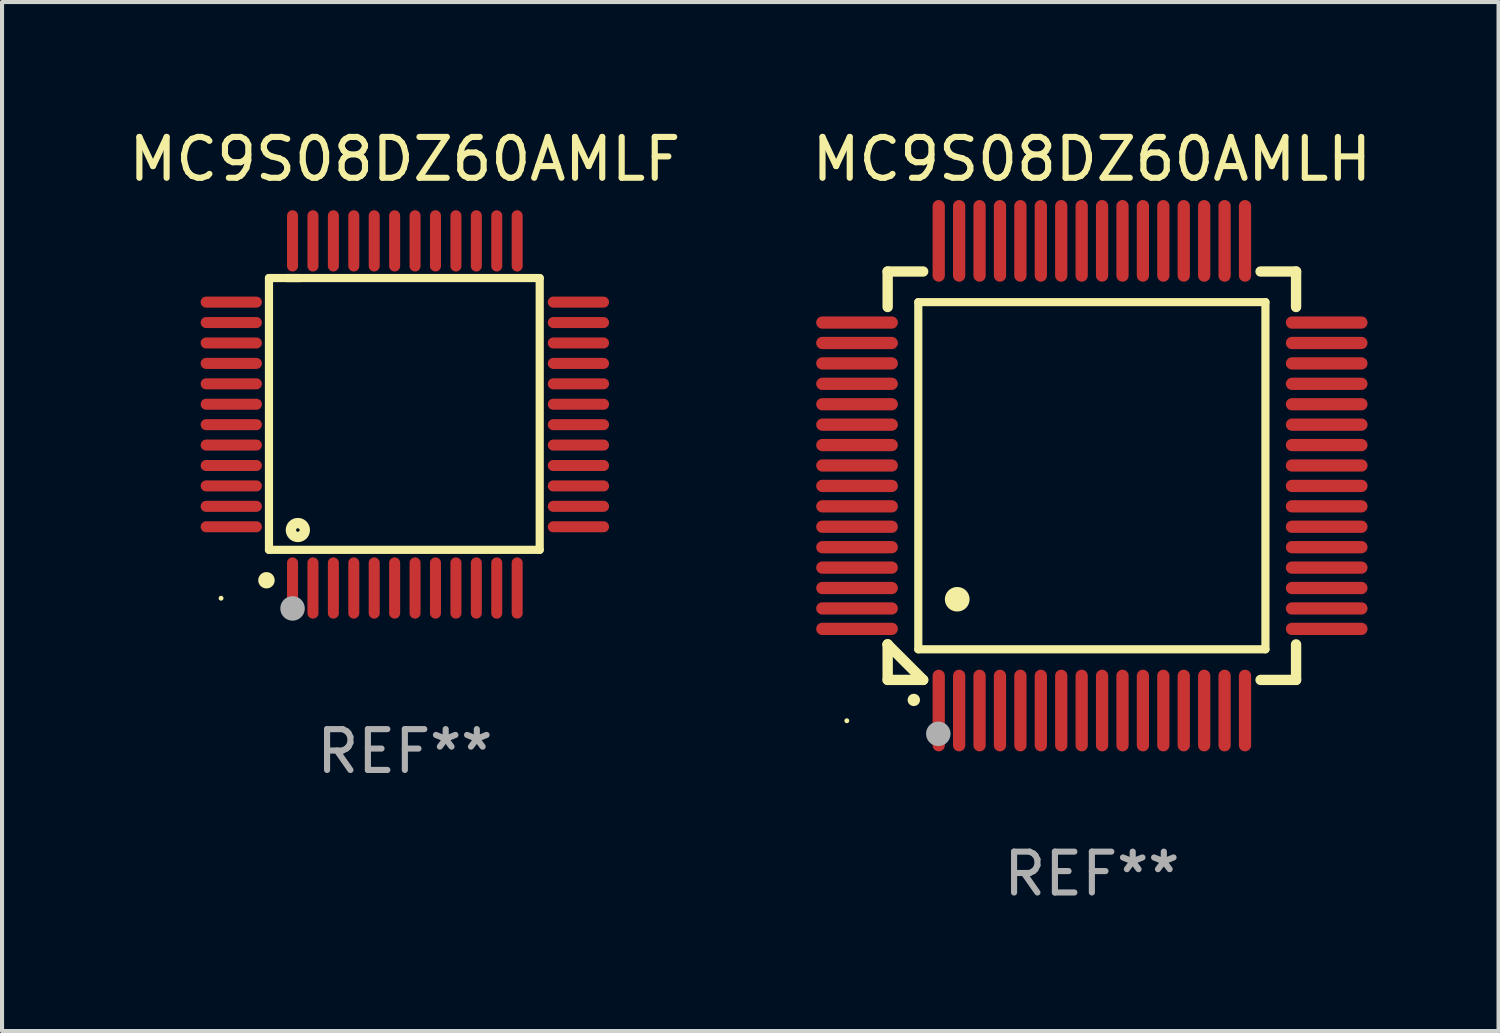
<source format=kicad_pcb>
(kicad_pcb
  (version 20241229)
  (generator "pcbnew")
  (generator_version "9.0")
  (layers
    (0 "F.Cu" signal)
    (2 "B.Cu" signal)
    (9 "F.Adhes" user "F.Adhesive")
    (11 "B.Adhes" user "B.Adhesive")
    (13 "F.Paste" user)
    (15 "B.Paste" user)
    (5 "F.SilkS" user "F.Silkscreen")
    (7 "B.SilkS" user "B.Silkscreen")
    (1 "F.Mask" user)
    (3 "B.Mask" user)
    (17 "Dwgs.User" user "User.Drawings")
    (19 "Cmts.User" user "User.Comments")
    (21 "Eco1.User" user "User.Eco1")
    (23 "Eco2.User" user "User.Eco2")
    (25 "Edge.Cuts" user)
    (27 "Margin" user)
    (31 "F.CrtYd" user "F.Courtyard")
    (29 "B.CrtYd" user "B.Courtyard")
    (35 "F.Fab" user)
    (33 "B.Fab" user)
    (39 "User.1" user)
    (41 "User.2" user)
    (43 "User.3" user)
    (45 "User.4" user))
  (footprint "MC9S08DZ60AMLF"
    (layer "F.Cu")
    (at 6.863 7.098)
    (property "Reference" "MC9S08DZ60AMLF" (at 0 -6.25 0) (layer "F.SilkS") (effects (font (size 1 1) (thickness 0.15))))
    (attr through_hole)
    (fp_line (start -3.327 -3.34) (end -2.565 -3.34) (stroke (width 0.2) (type solid)) (layer "F.SilkS"))
    (fp_line (start -3.327 3.315) (end -3.327 -3.34) (stroke (width 0.2) (type solid)) (layer "F.SilkS"))
    (fp_line (start -2.896 -3.34) (end 3.302 -3.34) (stroke (width 0.2) (type solid)) (layer "F.SilkS"))
    (fp_line (start 3.302 -3.34) (end 3.302 3.315) (stroke (width 0.2) (type solid)) (layer "F.SilkS"))
    (fp_line (start 3.302 3.315) (end -3.327 3.315) (stroke (width 0.2) (type solid)) (layer "F.SilkS"))
    (fp_arc (start -3.389992 4.059995) (mid -3.388722 4.059991) (end -3.387452 4.059995) (stroke (width 0.4) (type solid)) (layer "F.SilkS"))
    (fp_circle (center -4.5 4.5) (end -4.47 4.5) (stroke (width 0.06) (type solid)) (fill no) (layer "F.SilkS"))
    (fp_circle (center -2.62 2.83) (end -2.45 2.83) (stroke (width 0.254) (type solid)) (fill no) (layer "F.SilkS"))
    (fp_circle (center -2.75 4.75) (end -2.6 4.75) (stroke (width 0.3) (type solid)) (fill no) (layer "F.Fab"))
    (fp_text user "REF**" (at 0 8.25 0) (layer "F.Fab") (effects (font (size 1 1) (thickness 0.15))))
    (pad "1" smd oval (at -2.75 4.25) (size 0.27 1.5) (layers "F.Cu" "F.Mask" "F.Paste"))
    (pad "2" smd oval (at -2.25 4.25) (size 0.27 1.5) (layers "F.Cu" "F.Mask" "F.Paste"))
    (pad "3" smd oval (at -1.75 4.25) (size 0.27 1.5) (layers "F.Cu" "F.Mask" "F.Paste"))
    (pad "4" smd oval (at -1.25 4.25) (size 0.27 1.5) (layers "F.Cu" "F.Mask" "F.Paste"))
    (pad "5" smd oval (at -0.75 4.25) (size 0.27 1.5) (layers "F.Cu" "F.Mask" "F.Paste"))
    (pad "6" smd oval (at -0.25 4.25) (size 0.27 1.5) (layers "F.Cu" "F.Mask" "F.Paste"))
    (pad "7" smd oval (at 0.25 4.25) (size 0.27 1.5) (layers "F.Cu" "F.Mask" "F.Paste"))
    (pad "8" smd oval (at 0.75 4.25) (size 0.27 1.5) (layers "F.Cu" "F.Mask" "F.Paste"))
    (pad "9" smd oval (at 1.25 4.25) (size 0.27 1.5) (layers "F.Cu" "F.Mask" "F.Paste"))
    (pad "10" smd oval (at 1.75 4.25) (size 0.27 1.5) (layers "F.Cu" "F.Mask" "F.Paste"))
    (pad "11" smd oval (at 2.25 4.25) (size 0.27 1.5) (layers "F.Cu" "F.Mask" "F.Paste"))
    (pad "12" smd oval (at 2.75 4.25) (size 0.27 1.5) (layers "F.Cu" "F.Mask" "F.Paste"))
    (pad "13" smd oval (at 4.25 2.75) (size 1.5 0.27) (layers "F.Cu" "F.Mask" "F.Paste"))
    (pad "14" smd oval (at 4.25 2.25) (size 1.5 0.27) (layers "F.Cu" "F.Mask" "F.Paste"))
    (pad "15" smd oval (at 4.25 1.75) (size 1.5 0.27) (layers "F.Cu" "F.Mask" "F.Paste"))
    (pad "16" smd oval (at 4.25 1.25) (size 1.5 0.27) (layers "F.Cu" "F.Mask" "F.Paste"))
    (pad "17" smd oval (at 4.25 0.75) (size 1.5 0.27) (layers "F.Cu" "F.Mask" "F.Paste"))
    (pad "18" smd oval (at 4.25 0.25) (size 1.5 0.27) (layers "F.Cu" "F.Mask" "F.Paste"))
    (pad "19" smd oval (at 4.25 -0.25) (size 1.5 0.27) (layers "F.Cu" "F.Mask" "F.Paste"))
    (pad "20" smd oval (at 4.25 -0.75) (size 1.5 0.27) (layers "F.Cu" "F.Mask" "F.Paste"))
    (pad "21" smd oval (at 4.25 -1.25) (size 1.5 0.27) (layers "F.Cu" "F.Mask" "F.Paste"))
    (pad "22" smd oval (at 4.25 -1.75) (size 1.5 0.27) (layers "F.Cu" "F.Mask" "F.Paste"))
    (pad "23" smd oval (at 4.25 -2.25) (size 1.5 0.27) (layers "F.Cu" "F.Mask" "F.Paste"))
    (pad "24" smd oval (at 4.25 -2.75) (size 1.5 0.27) (layers "F.Cu" "F.Mask" "F.Paste"))
    (pad "25" smd oval (at 2.75 -4.25) (size 0.27 1.5) (layers "F.Cu" "F.Mask" "F.Paste"))
    (pad "26" smd oval (at 2.25 -4.25) (size 0.27 1.5) (layers "F.Cu" "F.Mask" "F.Paste"))
    (pad "27" smd oval (at 1.75 -4.25) (size 0.27 1.5) (layers "F.Cu" "F.Mask" "F.Paste"))
    (pad "28" smd oval (at 1.25 -4.25) (size 0.27 1.5) (layers "F.Cu" "F.Mask" "F.Paste"))
    (pad "29" smd oval (at 0.75 -4.25) (size 0.27 1.5) (layers "F.Cu" "F.Mask" "F.Paste"))
    (pad "30" smd oval (at 0.25 -4.25) (size 0.27 1.5) (layers "F.Cu" "F.Mask" "F.Paste"))
    (pad "31" smd oval (at -0.25 -4.25) (size 0.27 1.5) (layers "F.Cu" "F.Mask" "F.Paste"))
    (pad "32" smd oval (at -0.75 -4.25) (size 0.27 1.5) (layers "F.Cu" "F.Mask" "F.Paste"))
    (pad "33" smd oval (at -1.25 -4.25) (size 0.27 1.5) (layers "F.Cu" "F.Mask" "F.Paste"))
    (pad "34" smd oval (at -1.75 -4.25) (size 0.27 1.5) (layers "F.Cu" "F.Mask" "F.Paste"))
    (pad "35" smd oval (at -2.25 -4.25) (size 0.27 1.5) (layers "F.Cu" "F.Mask" "F.Paste"))
    (pad "36" smd oval (at -2.75 -4.25) (size 0.27 1.5) (layers "F.Cu" "F.Mask" "F.Paste"))
    (pad "37" smd oval (at -4.25 -2.75) (size 1.5 0.27) (layers "F.Cu" "F.Mask" "F.Paste"))
    (pad "38" smd oval (at -4.25 -2.25) (size 1.5 0.27) (layers "F.Cu" "F.Mask" "F.Paste"))
    (pad "39" smd oval (at -4.25 -1.75) (size 1.5 0.27) (layers "F.Cu" "F.Mask" "F.Paste"))
    (pad "40" smd oval (at -4.25 -1.25) (size 1.5 0.27) (layers "F.Cu" "F.Mask" "F.Paste"))
    (pad "41" smd oval (at -4.25 -0.75) (size 1.5 0.27) (layers "F.Cu" "F.Mask" "F.Paste"))
    (pad "42" smd oval (at -4.25 -0.25) (size 1.5 0.27) (layers "F.Cu" "F.Mask" "F.Paste"))
    (pad "43" smd oval (at -4.25 0.25) (size 1.5 0.27) (layers "F.Cu" "F.Mask" "F.Paste"))
    (pad "44" smd oval (at -4.25 0.75) (size 1.5 0.27) (layers "F.Cu" "F.Mask" "F.Paste"))
    (pad "45" smd oval (at -4.25 1.25) (size 1.5 0.27) (layers "F.Cu" "F.Mask" "F.Paste"))
    (pad "46" smd oval (at -4.25 1.75) (size 1.5 0.27) (layers "F.Cu" "F.Mask" "F.Paste"))
    (pad "47" smd oval (at -4.25 2.25) (size 1.5 0.27) (layers "F.Cu" "F.Mask" "F.Paste"))
    (pad "48" smd oval (at -4.25 2.75) (size 1.5 0.27) (layers "F.Cu" "F.Mask" "F.Paste")))
  (footprint "MC9S08DZ60AMLH"
    (layer "F.Cu")
    (at 23.685 8.598)
    (property "Reference" "MC9S08DZ60AMLH" (at 0 -7.75 0) (layer "F.SilkS") (effects (font (size 1 1) (thickness 0.15))))
    (attr through_hole)
    (fp_line (start -5 -5) (end -4.131 -5) (stroke (width 0.254) (type solid)) (layer "F.SilkS"))
    (fp_line (start -5 -4.131) (end -5 -5) (stroke (width 0.254) (type solid)) (layer "F.SilkS"))
    (fp_line (start -5 4.131) (end -5 4.131) (stroke (width 0.254) (type solid)) (layer "F.SilkS"))
    (fp_line (start -5 5) (end -5 4.131) (stroke (width 0.254) (type solid)) (layer "F.SilkS"))
    (fp_line (start -5 4.131) (end -4.131 5) (stroke (width 0.254) (type solid)) (layer "F.SilkS"))
    (fp_line (start -4.25 -4.25) (end -4.25 4.25) (stroke (width 0.2) (type solid)) (layer "F.SilkS"))
    (fp_line (start -4.25 4.25) (end 4.25 4.25) (stroke (width 0.2) (type solid)) (layer "F.SilkS"))
    (fp_line (start -4.131 5) (end -5 5) (stroke (width 0.254) (type solid)) (layer "F.SilkS"))
    (fp_line (start 4.25 -4.25) (end -4.25 -4.25) (stroke (width 0.2) (type solid)) (layer "F.SilkS"))
    (fp_line (start 4.25 4.25) (end 4.25 -4.25) (stroke (width 0.2) (type solid)) (layer "F.SilkS"))
    (fp_line (start 5 -5) (end 4.131 -5) (stroke (width 0.254) (type solid)) (layer "F.SilkS"))
    (fp_line (start 5 -5) (end 5 -4.131) (stroke (width 0.254) (type solid)) (layer "F.SilkS"))
    (fp_line (start 5 4.131) (end 5 5) (stroke (width 0.254) (type solid)) (layer "F.SilkS"))
    (fp_line (start 5 5) (end 4.131 5) (stroke (width 0.254) (type solid)) (layer "F.SilkS"))
    (fp_arc (start -4.361265 5.489992) (mid -4.359995 5.489987) (end -4.358725 5.489992) (stroke (width 0.3) (type solid)) (layer "F.SilkS"))
    (fp_arc (start -3.299467 3.025146) (mid -3.296927 3.025135) (end -3.294387 3.025146) (stroke (width 0.6) (type solid)) (layer "F.SilkS"))
    (fp_circle (center -6 6) (end -5.97 6) (stroke (width 0.06) (type solid)) (fill no) (layer "F.SilkS"))
    (fp_circle (center -3.76 6.32) (end -3.61 6.32) (stroke (width 0.3) (type solid)) (fill no) (layer "F.Fab"))
    (fp_text user "REF**" (at 0 9.75 0) (layer "F.Fab") (effects (font (size 1 1) (thickness 0.15))))
    (pad "1" smd oval (at -3.75 5.75) (size 0.3 2) (layers "F.Cu" "F.Mask" "F.Paste"))
    (pad "2" smd oval (at -3.25 5.75) (size 0.3 2) (layers "F.Cu" "F.Mask" "F.Paste"))
    (pad "3" smd oval (at -2.75 5.75) (size 0.3 2) (layers "F.Cu" "F.Mask" "F.Paste"))
    (pad "4" smd oval (at -2.25 5.75) (size 0.3 2) (layers "F.Cu" "F.Mask" "F.Paste"))
    (pad "5" smd oval (at -1.75 5.75) (size 0.3 2) (layers "F.Cu" "F.Mask" "F.Paste"))
    (pad "6" smd oval (at -1.25 5.75) (size 0.3 2) (layers "F.Cu" "F.Mask" "F.Paste"))
    (pad "7" smd oval (at -0.75 5.75) (size 0.3 2) (layers "F.Cu" "F.Mask" "F.Paste"))
    (pad "8" smd oval (at -0.25 5.75) (size 0.3 2) (layers "F.Cu" "F.Mask" "F.Paste"))
    (pad "9" smd oval (at 0.25 5.75) (size 0.3 2) (layers "F.Cu" "F.Mask" "F.Paste"))
    (pad "10" smd oval (at 0.75 5.75) (size 0.3 2) (layers "F.Cu" "F.Mask" "F.Paste"))
    (pad "11" smd oval (at 1.25 5.75) (size 0.3 2) (layers "F.Cu" "F.Mask" "F.Paste"))
    (pad "12" smd oval (at 1.75 5.75) (size 0.3 2) (layers "F.Cu" "F.Mask" "F.Paste"))
    (pad "13" smd oval (at 2.25 5.75) (size 0.3 2) (layers "F.Cu" "F.Mask" "F.Paste"))
    (pad "14" smd oval (at 2.75 5.75) (size 0.3 2) (layers "F.Cu" "F.Mask" "F.Paste"))
    (pad "15" smd oval (at 3.25 5.75) (size 0.3 2) (layers "F.Cu" "F.Mask" "F.Paste"))
    (pad "16" smd oval (at 3.75 5.75) (size 0.3 2) (layers "F.Cu" "F.Mask" "F.Paste"))
    (pad "17" smd oval (at 5.75 3.75) (size 2 0.3) (layers "F.Cu" "F.Mask" "F.Paste"))
    (pad "18" smd oval (at 5.75 3.25) (size 2 0.3) (layers "F.Cu" "F.Mask" "F.Paste"))
    (pad "19" smd oval (at 5.75 2.75) (size 2 0.3) (layers "F.Cu" "F.Mask" "F.Paste"))
    (pad "20" smd oval (at 5.75 2.25) (size 2 0.3) (layers "F.Cu" "F.Mask" "F.Paste"))
    (pad "21" smd oval (at 5.75 1.75) (size 2 0.3) (layers "F.Cu" "F.Mask" "F.Paste"))
    (pad "22" smd oval (at 5.75 1.25) (size 2 0.3) (layers "F.Cu" "F.Mask" "F.Paste"))
    (pad "23" smd oval (at 5.75 0.75) (size 2 0.3) (layers "F.Cu" "F.Mask" "F.Paste"))
    (pad "24" smd oval (at 5.75 0.25) (size 2 0.3) (layers "F.Cu" "F.Mask" "F.Paste"))
    (pad "25" smd oval (at 5.75 -0.25) (size 2 0.3) (layers "F.Cu" "F.Mask" "F.Paste"))
    (pad "26" smd oval (at 5.75 -0.75) (size 2 0.3) (layers "F.Cu" "F.Mask" "F.Paste"))
    (pad "27" smd oval (at 5.75 -1.25) (size 2 0.3) (layers "F.Cu" "F.Mask" "F.Paste"))
    (pad "28" smd oval (at 5.75 -1.75) (size 2 0.3) (layers "F.Cu" "F.Mask" "F.Paste"))
    (pad "29" smd oval (at 5.75 -2.25) (size 2 0.3) (layers "F.Cu" "F.Mask" "F.Paste"))
    (pad "30" smd oval (at 5.75 -2.75) (size 2 0.3) (layers "F.Cu" "F.Mask" "F.Paste"))
    (pad "31" smd oval (at 5.75 -3.25) (size 2 0.3) (layers "F.Cu" "F.Mask" "F.Paste"))
    (pad "32" smd oval (at 5.75 -3.75) (size 2 0.3) (layers "F.Cu" "F.Mask" "F.Paste"))
    (pad "33" smd oval (at 3.75 -5.75) (size 0.3 2) (layers "F.Cu" "F.Mask" "F.Paste"))
    (pad "34" smd oval (at 3.25 -5.75) (size 0.3 2) (layers "F.Cu" "F.Mask" "F.Paste"))
    (pad "35" smd oval (at 2.75 -5.75) (size 0.3 2) (layers "F.Cu" "F.Mask" "F.Paste"))
    (pad "36" smd oval (at 2.25 -5.75) (size 0.3 2) (layers "F.Cu" "F.Mask" "F.Paste"))
    (pad "37" smd oval (at 1.75 -5.75) (size 0.3 2) (layers "F.Cu" "F.Mask" "F.Paste"))
    (pad "38" smd oval (at 1.25 -5.75) (size 0.3 2) (layers "F.Cu" "F.Mask" "F.Paste"))
    (pad "39" smd oval (at 0.75 -5.75) (size 0.3 2) (layers "F.Cu" "F.Mask" "F.Paste"))
    (pad "40" smd oval (at 0.25 -5.75) (size 0.3 2) (layers "F.Cu" "F.Mask" "F.Paste"))
    (pad "41" smd oval (at -0.25 -5.75) (size 0.3 2) (layers "F.Cu" "F.Mask" "F.Paste"))
    (pad "42" smd oval (at -0.75 -5.75) (size 0.3 2) (layers "F.Cu" "F.Mask" "F.Paste"))
    (pad "43" smd oval (at -1.25 -5.75) (size 0.3 2) (layers "F.Cu" "F.Mask" "F.Paste"))
    (pad "44" smd oval (at -1.75 -5.75) (size 0.3 2) (layers "F.Cu" "F.Mask" "F.Paste"))
    (pad "45" smd oval (at -2.25 -5.75) (size 0.3 2) (layers "F.Cu" "F.Mask" "F.Paste"))
    (pad "46" smd oval (at -2.75 -5.75) (size 0.3 2) (layers "F.Cu" "F.Mask" "F.Paste"))
    (pad "47" smd oval (at -3.25 -5.75) (size 0.3 2) (layers "F.Cu" "F.Mask" "F.Paste"))
    (pad "48" smd oval (at -3.75 -5.75) (size 0.3 2) (layers "F.Cu" "F.Mask" "F.Paste"))
    (pad "49" smd oval (at -5.75 -3.75) (size 2 0.3) (layers "F.Cu" "F.Mask" "F.Paste"))
    (pad "50" smd oval (at -5.75 -3.25) (size 2 0.3) (layers "F.Cu" "F.Mask" "F.Paste"))
    (pad "51" smd oval (at -5.75 -2.75) (size 2 0.3) (layers "F.Cu" "F.Mask" "F.Paste"))
    (pad "52" smd oval (at -5.75 -2.25) (size 2 0.3) (layers "F.Cu" "F.Mask" "F.Paste"))
    (pad "53" smd oval (at -5.75 -1.75) (size 2 0.3) (layers "F.Cu" "F.Mask" "F.Paste"))
    (pad "54" smd oval (at -5.75 -1.25) (size 2 0.3) (layers "F.Cu" "F.Mask" "F.Paste"))
    (pad "55" smd oval (at -5.75 -0.75) (size 2 0.3) (layers "F.Cu" "F.Mask" "F.Paste"))
    (pad "56" smd oval (at -5.75 -0.25) (size 2 0.3) (layers "F.Cu" "F.Mask" "F.Paste"))
    (pad "57" smd oval (at -5.75 0.25) (size 2 0.3) (layers "F.Cu" "F.Mask" "F.Paste"))
    (pad "58" smd oval (at -5.75 0.75) (size 2 0.3) (layers "F.Cu" "F.Mask" "F.Paste"))
    (pad "59" smd oval (at -5.75 1.25) (size 2 0.3) (layers "F.Cu" "F.Mask" "F.Paste"))
    (pad "60" smd oval (at -5.75 1.75) (size 2 0.3) (layers "F.Cu" "F.Mask" "F.Paste"))
    (pad "61" smd oval (at -5.75 2.25) (size 2 0.3) (layers "F.Cu" "F.Mask" "F.Paste"))
    (pad "62" smd oval (at -5.75 2.75) (size 2 0.3) (layers "F.Cu" "F.Mask" "F.Paste"))
    (pad "63" smd oval (at -5.75 3.25) (size 2 0.3) (layers "F.Cu" "F.Mask" "F.Paste"))
    (pad "64" smd oval (at -5.75 3.75) (size 2 0.3) (layers "F.Cu" "F.Mask" "F.Paste")))
  (gr_rect
    (start -3 -3)
    (end 33.643 22.196)
    (stroke (width 0.1) (type default))
    (fill no)
    (layer "Edge.Cuts")))
</source>
